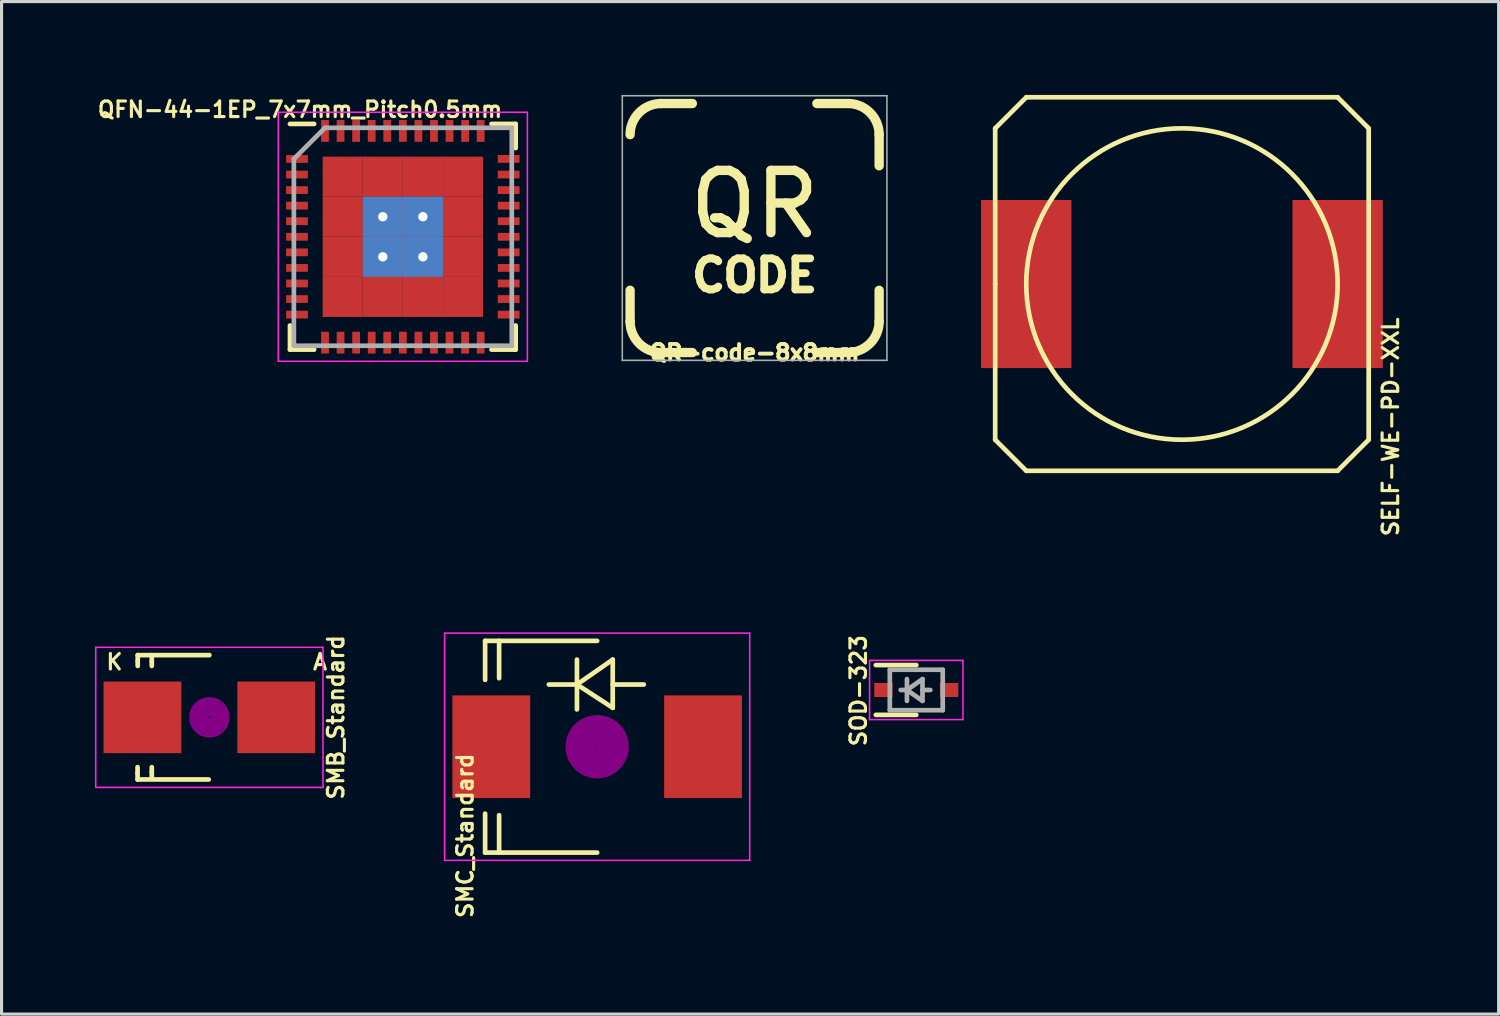
<source format=kicad_pcb>
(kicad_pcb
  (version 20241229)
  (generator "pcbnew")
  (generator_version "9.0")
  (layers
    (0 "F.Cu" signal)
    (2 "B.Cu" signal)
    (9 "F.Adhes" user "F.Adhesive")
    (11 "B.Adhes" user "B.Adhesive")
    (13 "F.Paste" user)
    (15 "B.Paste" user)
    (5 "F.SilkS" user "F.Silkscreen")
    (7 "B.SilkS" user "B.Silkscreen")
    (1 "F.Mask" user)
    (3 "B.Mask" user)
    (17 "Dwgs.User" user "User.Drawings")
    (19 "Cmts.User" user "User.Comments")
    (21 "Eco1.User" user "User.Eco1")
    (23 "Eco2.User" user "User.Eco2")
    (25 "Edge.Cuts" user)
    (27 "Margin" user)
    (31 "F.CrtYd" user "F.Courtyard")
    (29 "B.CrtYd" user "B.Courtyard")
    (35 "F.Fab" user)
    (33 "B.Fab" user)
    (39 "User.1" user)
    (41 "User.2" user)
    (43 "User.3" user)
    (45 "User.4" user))
  (footprint "SMC_Standard"
    (layer "F.Cu")
    (at 16.132 20.937)
    (property "Reference" "SMC_Standard" (at -4.242 2.858 90) (layer "F.SilkS") (effects (font (size 0.5 0.5) (thickness 0.1))))
    (attr smd)
    (fp_line (start -3.599 -3.401) (end -3.599 -2.149) (stroke (width 0.15) (type solid)) (layer "F.SilkS"))
    (fp_line (start -3.599 -3.401) (end 0.000116 -3.401) (stroke (width 0.15) (type solid)) (layer "F.SilkS"))
    (fp_line (start -3.599 3.401) (end -3.599 2.149) (stroke (width 0.15) (type solid)) (layer "F.SilkS"))
    (fp_line (start -3.599 3.401) (end 0.000061 3.401) (stroke (width 0.15) (type solid)) (layer "F.SilkS"))
    (fp_line (start -3.149 -3.401) (end -3.149 -2.2) (stroke (width 0.15) (type solid)) (layer "F.SilkS"))
    (fp_line (start -3.149 3.401) (end -3.149 2.2) (stroke (width 0.15) (type solid)) (layer "F.SilkS"))
    (fp_line (start -0.649 -2.799) (end -0.649 -1.199) (stroke (width 0.15) (type solid)) (layer "F.SilkS"))
    (fp_line (start -0.649 -1.999) (end -1.551 -1.999) (stroke (width 0.15) (type solid)) (layer "F.SilkS"))
    (fp_line (start -0.649 -1.999) (end 0.501 -2.799) (stroke (width 0.15) (type solid)) (layer "F.SilkS"))
    (fp_line (start -0.649 -1.999) (end 0.501 -1.25) (stroke (width 0.15) (type solid)) (layer "F.SilkS"))
    (fp_line (start 0.501 -1.999) (end 1.499 -1.999) (stroke (width 0.15) (type solid)) (layer "F.SilkS"))
    (fp_line (start 0.501 -1.25) (end 0.501 -2.799) (stroke (width 0.15) (type solid)) (layer "F.SilkS"))
    (fp_circle (center 0 0) (end 0.15 0.15) (stroke (width 0.381) (type solid)) (fill no) (layer "F.Adhes"))
    (fp_circle (center 0 0) (end 0.45 0.201) (stroke (width 0.381) (type solid)) (fill no) (layer "F.Adhes"))
    (fp_circle (center 0 0) (end 0.749 0.351) (stroke (width 0.381) (type solid)) (fill no) (layer "F.Adhes"))
    (fp_line (start -4.9 -3.65) (end 4.9 -3.65) (stroke (width 0.05) (type solid)) (layer "F.CrtYd"))
    (fp_line (start -4.9 3.65) (end -4.9 -3.65) (stroke (width 0.05) (type solid)) (layer "F.CrtYd"))
    (fp_line (start 4.9 -3.65) (end 4.9 3.65) (stroke (width 0.05) (type solid)) (layer "F.CrtYd"))
    (fp_line (start 4.9 3.65) (end -4.9 3.65) (stroke (width 0.05) (type solid)) (layer "F.CrtYd"))
    (pad "1" smd rect (at -3.401 0 90) (size 3.299 2.499) (layers "F.Cu" "F.Mask" "F.Paste"))
    (pad "2" smd rect (at 3.401 0 90) (size 3.299 2.499) (layers "F.Cu" "F.Mask" "F.Paste")))
  (footprint "SMB_Standard"
    (layer "F.Cu")
    (at 3.675 19.993)
    (property "Reference" "SMB_Standard" (at 4.064 0 90) (layer "F.SilkS") (effects (font (size 0.5 0.5) (thickness 0.1))))
    (attr smd)
    (fp_line (start -2.306 1.8) (end -2.306 1.6) (stroke (width 0.15) (type solid)) (layer "F.SilkS"))
    (fp_line (start -2.306 1.996) (end -2.306 1.798) (stroke (width 0.15) (type solid)) (layer "F.SilkS"))
    (fp_line (start -2.306 1.996) (end -0.02 1.996) (stroke (width 0.15) (type solid)) (layer "F.SilkS"))
    (fp_line (start -2.301 -1.999) (end -2.301 -1.801) (stroke (width 0.15) (type solid)) (layer "F.SilkS"))
    (fp_line (start -2.301 -1.999) (end 0.000078 -1.999) (stroke (width 0.15) (type solid)) (layer "F.SilkS"))
    (fp_line (start -2.301 -1.8) (end -2.301 -1.651) (stroke (width 0.15) (type solid)) (layer "F.SilkS"))
    (fp_line (start -1.849 -1.999) (end -1.849 -1.801) (stroke (width 0.15) (type solid)) (layer "F.SilkS"))
    (fp_line (start -1.849 -1.8) (end -1.849 -1.651) (stroke (width 0.15) (type solid)) (layer "F.SilkS"))
    (fp_line (start -1.849 1.75) (end -1.849 1.601) (stroke (width 0.15) (type solid)) (layer "F.SilkS"))
    (fp_line (start -1.849 1.949) (end -1.849 1.751) (stroke (width 0.15) (type solid)) (layer "F.SilkS"))
    (fp_circle (center 0 0) (end 0.201 0.099) (stroke (width 0.381) (type solid)) (fill no) (layer "F.Adhes"))
    (fp_circle (center 0 0) (end 0.45 0.099) (stroke (width 0.381) (type solid)) (fill no) (layer "F.Adhes"))
    (fp_line (start -3.65 -2.25) (end 3.65 -2.25) (stroke (width 0.05) (type solid)) (layer "F.CrtYd"))
    (fp_line (start -3.65 2.25) (end -3.65 -2.25) (stroke (width 0.05) (type solid)) (layer "F.CrtYd"))
    (fp_line (start 3.65 -2.25) (end 3.65 2.25) (stroke (width 0.05) (type solid)) (layer "F.CrtYd"))
    (fp_line (start 3.65 2.25) (end -3.65 2.25) (stroke (width 0.05) (type solid)) (layer "F.CrtYd"))
    (fp_text user "A" (at 3.556 -1.778 0) (layer "F.SilkS") (effects (font (size 0.5 0.5) (thickness 0.1))))
    (fp_text user "K" (at -3.048 -1.778 0) (layer "F.SilkS") (effects (font (size 0.5 0.5) (thickness 0.1))))
    (pad "1" smd rect (at -2.149 0) (size 2.499 2.301) (layers "F.Cu" "F.Mask" "F.Paste"))
    (pad "2" smd rect (at 2.149 0) (size 2.499 2.301) (layers "F.Cu" "F.Mask" "F.Paste")))
  (footprint "SELF-WE-PD-XXL"
    (layer "F.Cu")
    (at 34.917 6.074)
    (property "Reference" "SELF-WE-PD-XXL" (at 6.704 4.588 90) (layer "F.SilkS") (effects (font (size 0.5 0.5) (thickness 0.1))))
    (attr smd)
    (fp_line (start -5.999 -5.001) (end -5.001 -5.999) (stroke (width 0.15) (type solid)) (layer "F.SilkS"))
    (fp_line (start -5.999 0) (end -5.999 -5.001) (stroke (width 0.15) (type solid)) (layer "F.SilkS"))
    (fp_line (start -5.999 5.001) (end -5.999 0) (stroke (width 0.15) (type solid)) (layer "F.SilkS"))
    (fp_line (start -5.001 -5.999) (end 5.001 -5.999) (stroke (width 0.15) (type solid)) (layer "F.SilkS"))
    (fp_line (start -5.001 5.999) (end -5.999 5.001) (stroke (width 0.15) (type solid)) (layer "F.SilkS"))
    (fp_line (start 5.001 -5.999) (end 5.999 -5.001) (stroke (width 0.15) (type solid)) (layer "F.SilkS"))
    (fp_line (start 5.001 5.999) (end -5.001 5.999) (stroke (width 0.15) (type solid)) (layer "F.SilkS"))
    (fp_line (start 5.999 -5.001) (end 5.999 5.001) (stroke (width 0.15) (type solid)) (layer "F.SilkS"))
    (fp_line (start 5.999 5.001) (end 5.001 5.999) (stroke (width 0.15) (type solid)) (layer "F.SilkS"))
    (fp_circle (center 0 0) (end 0 -5.001) (stroke (width 0.15) (type solid)) (fill no) (layer "F.SilkS"))
    (fp_text user "" (at 0 0 0) (layer "F.SilkS") (effects (font (size 1 1) (thickness 0.15))))
    (pad "1" smd rect (at -5.001 0) (size 2.901 5.4) (layers "F.Cu" "F.Mask" "F.Paste"))
    (pad "2" smd rect (at 5.001 0) (size 2.901 5.4) (layers "F.Cu" "F.Mask" "F.Paste")))
  (footprint "QFN-44-1EP_7x7mm_Pitch0.5mm"
    (layer "F.Cu")
    (at 9.89 4.556)
    (property "Reference" "QFN-44-1EP_7x7mm_Pitch0.5mm" (at -3.302 -4.088 0) (layer "F.SilkS") (effects (font (size 0.5 0.5) (thickness 0.1))))
    (attr smd)
    (fp_line (start -3.625 -3.625) (end -2.85 -3.625) (stroke (width 0.15) (type solid)) (layer "F.SilkS"))
    (fp_line (start -3.625 3.625) (end -3.625 2.85) (stroke (width 0.15) (type solid)) (layer "F.SilkS"))
    (fp_line (start -3.625 3.625) (end -2.85 3.625) (stroke (width 0.15) (type solid)) (layer "F.SilkS"))
    (fp_line (start 3.625 -3.625) (end 2.85 -3.625) (stroke (width 0.15) (type solid)) (layer "F.SilkS"))
    (fp_line (start 3.625 -3.625) (end 3.625 -2.85) (stroke (width 0.15) (type solid)) (layer "F.SilkS"))
    (fp_line (start 3.625 3.625) (end 2.85 3.625) (stroke (width 0.15) (type solid)) (layer "F.SilkS"))
    (fp_line (start 3.625 3.625) (end 3.625 2.85) (stroke (width 0.15) (type solid)) (layer "F.SilkS"))
    (fp_line (start -4 -4) (end -4 4) (stroke (width 0.05) (type solid)) (layer "F.CrtYd"))
    (fp_line (start -4 -4) (end 4 -4) (stroke (width 0.05) (type solid)) (layer "F.CrtYd"))
    (fp_line (start -4 4) (end 4 4) (stroke (width 0.05) (type solid)) (layer "F.CrtYd"))
    (fp_line (start 4 -4) (end 4 4) (stroke (width 0.05) (type solid)) (layer "F.CrtYd"))
    (fp_line (start -3.5 -2.5) (end -2.5 -3.5) (stroke (width 0.15) (type solid)) (layer "F.Fab"))
    (fp_line (start -3.5 3.5) (end -3.5 -2.5) (stroke (width 0.15) (type solid)) (layer "F.Fab"))
    (fp_line (start -2.5 -3.5) (end 3.5 -3.5) (stroke (width 0.15) (type solid)) (layer "F.Fab"))
    (fp_line (start 3.5 -3.5) (end 3.5 3.5) (stroke (width 0.15) (type solid)) (layer "F.Fab"))
    (fp_line (start 3.5 3.5) (end -3.5 3.5) (stroke (width 0.15) (type solid)) (layer "F.Fab"))
    (pad "1" smd rect (at -3.4 -2.5) (size 0.7 0.25) (layers "F.Cu" "F.Mask" "F.Paste"))
    (pad "2" smd rect (at -3.4 -2) (size 0.7 0.25) (layers "F.Cu" "F.Mask" "F.Paste"))
    (pad "3" smd rect (at -3.4 -1.5) (size 0.7 0.25) (layers "F.Cu" "F.Mask" "F.Paste"))
    (pad "4" smd rect (at -3.4 -1) (size 0.7 0.25) (layers "F.Cu" "F.Mask" "F.Paste"))
    (pad "5" smd rect (at -3.4 -0.5) (size 0.7 0.25) (layers "F.Cu" "F.Mask" "F.Paste"))
    (pad "6" smd rect (at -3.4 0) (size 0.7 0.25) (layers "F.Cu" "F.Mask" "F.Paste"))
    (pad "7" smd rect (at -3.4 0.5) (size 0.7 0.25) (layers "F.Cu" "F.Mask" "F.Paste"))
    (pad "8" smd rect (at -3.4 1) (size 0.7 0.25) (layers "F.Cu" "F.Mask" "F.Paste"))
    (pad "9" smd rect (at -3.4 1.5) (size 0.7 0.25) (layers "F.Cu" "F.Mask" "F.Paste"))
    (pad "10" smd rect (at -3.4 2) (size 0.7 0.25) (layers "F.Cu" "F.Mask" "F.Paste"))
    (pad "11" smd rect (at -3.4 2.5) (size 0.7 0.25) (layers "F.Cu" "F.Mask" "F.Paste"))
    (pad "12" smd rect (at -2.5 3.4 90) (size 0.7 0.25) (layers "F.Cu" "F.Mask" "F.Paste"))
    (pad "13" smd rect (at -2 3.4 90) (size 0.7 0.25) (layers "F.Cu" "F.Mask" "F.Paste"))
    (pad "14" smd rect (at -1.5 3.4 90) (size 0.7 0.25) (layers "F.Cu" "F.Mask" "F.Paste"))
    (pad "15" smd rect (at -1.931 -1.931) (size 1.288 1.288) (layers "F.Cu" "F.Mask" "F.Paste"))
    (pad "15" smd rect (at -1.931 -0.644) (size 1.288 1.288) (layers "F.Cu" "F.Mask" "F.Paste"))
    (pad "15" smd rect (at -1.931 0.644) (size 1.288 1.288) (layers "F.Cu" "F.Mask" "F.Paste"))
    (pad "15" smd rect (at -1.931 1.931) (size 1.288 1.288) (layers "F.Cu" "F.Mask" "F.Paste"))
    (pad "15" smd rect (at -1 3.4 90) (size 0.7 0.25) (layers "F.Cu" "F.Mask" "F.Paste"))
    (pad "15" smd rect (at -0.644 -1.931) (size 1.288 1.288) (layers "F.Cu" "F.Mask" "F.Paste"))
    (pad "15" thru_hole rect (at -0.644 -0.644) (size 1.288 1.288) (drill 0.3) (layers "*.Cu" "F.Mask" "F.Paste"))
    (pad "15" thru_hole rect (at -0.644 0.644) (size 1.288 1.288) (drill 0.3) (layers "*.Cu" "F.Mask" "F.Paste"))
    (pad "15" smd rect (at -0.644 1.931) (size 1.288 1.288) (layers "F.Cu" "F.Mask" "F.Paste"))
    (pad "15" smd rect (at 0.644 -1.931) (size 1.288 1.288) (layers "F.Cu" "F.Mask" "F.Paste"))
    (pad "15" thru_hole rect (at 0.644 -0.644) (size 1.288 1.288) (drill 0.3) (layers "*.Cu" "F.Mask" "F.Paste"))
    (pad "15" thru_hole rect (at 0.644 0.644) (size 1.288 1.288) (drill 0.3) (layers "*.Cu" "F.Mask" "F.Paste"))
    (pad "15" smd rect (at 0.644 1.931) (size 1.288 1.288) (layers "F.Cu" "F.Mask" "F.Paste"))
    (pad "15" smd rect (at 1.931 -0.644) (size 1.288 1.288) (layers "F.Cu" "F.Mask" "F.Paste"))
    (pad "15" smd rect (at 1.931 0.644) (size 1.288 1.288) (layers "F.Cu" "F.Mask" "F.Paste"))
    (pad "15" smd rect (at 1.931 1.931) (size 1.288 1.288) (layers "F.Cu" "F.Mask" "F.Paste"))
    (pad "16" smd rect (at -0.5 3.4 90) (size 0.7 0.25) (layers "F.Cu" "F.Mask" "F.Paste"))
    (pad "17" smd rect (at 0 3.4 90) (size 0.7 0.25) (layers "F.Cu" "F.Mask" "F.Paste"))
    (pad "18" smd rect (at 0.5 3.4 90) (size 0.7 0.25) (layers "F.Cu" "F.Mask" "F.Paste"))
    (pad "19" smd rect (at 1 3.4 90) (size 0.7 0.25) (layers "F.Cu" "F.Mask" "F.Paste"))
    (pad "20" smd rect (at 1.5 3.4 90) (size 0.7 0.25) (layers "F.Cu" "F.Mask" "F.Paste"))
    (pad "21" smd rect (at 2 3.4 90) (size 0.7 0.25) (layers "F.Cu" "F.Mask" "F.Paste"))
    (pad "22" smd rect (at 2.5 3.4 90) (size 0.7 0.25) (layers "F.Cu" "F.Mask" "F.Paste"))
    (pad "23" smd rect (at 3.4 2.5) (size 0.7 0.25) (layers "F.Cu" "F.Mask" "F.Paste"))
    (pad "24" smd rect (at 3.4 2) (size 0.7 0.25) (layers "F.Cu" "F.Mask" "F.Paste"))
    (pad "25" smd rect (at 3.4 1.5) (size 0.7 0.25) (layers "F.Cu" "F.Mask" "F.Paste"))
    (pad "26" smd rect (at 3.4 1) (size 0.7 0.25) (layers "F.Cu" "F.Mask" "F.Paste"))
    (pad "27" smd rect (at 3.4 0.5) (size 0.7 0.25) (layers "F.Cu" "F.Mask" "F.Paste"))
    (pad "28" smd rect (at 3.4 0) (size 0.7 0.25) (layers "F.Cu" "F.Mask" "F.Paste"))
    (pad "29" smd rect (at 3.4 -0.5) (size 0.7 0.25) (layers "F.Cu" "F.Mask" "F.Paste"))
    (pad "30" smd rect (at 3.4 -1) (size 0.7 0.25) (layers "F.Cu" "F.Mask" "F.Paste"))
    (pad "31" smd rect (at 3.4 -1.5) (size 0.7 0.25) (layers "F.Cu" "F.Mask" "F.Paste"))
    (pad "32" smd rect (at 3.4 -2) (size 0.7 0.25) (layers "F.Cu" "F.Mask" "F.Paste"))
    (pad "33" smd rect (at 3.4 -2.5) (size 0.7 0.25) (layers "F.Cu" "F.Mask" "F.Paste"))
    (pad "34" smd rect (at 2.5 -3.4 90) (size 0.7 0.25) (layers "F.Cu" "F.Mask" "F.Paste"))
    (pad "35" smd rect (at 1.931 -1.931) (size 1.288 1.288) (layers "F.Cu" "F.Mask" "F.Paste"))
    (pad "35" smd rect (at 2 -3.4 90) (size 0.7 0.25) (layers "F.Cu" "F.Mask" "F.Paste"))
    (pad "36" smd rect (at 1.5 -3.4 90) (size 0.7 0.25) (layers "F.Cu" "F.Mask" "F.Paste"))
    (pad "37" smd rect (at 1 -3.4 90) (size 0.7 0.25) (layers "F.Cu" "F.Mask" "F.Paste"))
    (pad "38" smd rect (at 0.5 -3.4 90) (size 0.7 0.25) (layers "F.Cu" "F.Mask" "F.Paste"))
    (pad "39" smd rect (at 0 -3.4 90) (size 0.7 0.25) (layers "F.Cu" "F.Mask" "F.Paste"))
    (pad "40" smd rect (at -0.5 -3.4 90) (size 0.7 0.25) (layers "F.Cu" "F.Mask" "F.Paste"))
    (pad "41" smd rect (at -1 -3.4 90) (size 0.7 0.25) (layers "F.Cu" "F.Mask" "F.Paste"))
    (pad "42" smd rect (at -1.5 -3.4 90) (size 0.7 0.25) (layers "F.Cu" "F.Mask" "F.Paste"))
    (pad "43" smd rect (at -2 -3.4 90) (size 0.7 0.25) (layers "F.Cu" "F.Mask" "F.Paste"))
    (pad "44" smd rect (at -2.5 -3.4 90) (size 0.7 0.25) (layers "F.Cu" "F.Mask" "F.Paste")))
  (footprint "QR-code-8x8mm"
    (layer "F.Cu")
    (at 21.19 4.275)
    (property "Reference" "QR-code-8x8mm" (at 0 4 0) (layer "F.SilkS") (effects (font (size 0.5 0.5) (thickness 0.125))))
    (attr exclude_from_pos_files exclude_from_bom)
    (fp_line (start -4 3) (end -4 2) (stroke (width 0.3) (type solid)) (layer "F.SilkS"))
    (fp_line (start -3 -4) (end -2 -4) (stroke (width 0.3) (type solid)) (layer "F.SilkS"))
    (fp_line (start -3 4) (end -2 4) (stroke (width 0.3) (type solid)) (layer "F.SilkS"))
    (fp_line (start 2 -4) (end 3 -4) (stroke (width 0.3) (type solid)) (layer "F.SilkS"))
    (fp_line (start 3 4) (end 2 4) (stroke (width 0.3) (type solid)) (layer "F.SilkS"))
    (fp_line (start 4 -3) (end 4 -2) (stroke (width 0.3) (type solid)) (layer "F.SilkS"))
    (fp_line (start 4 3) (end 4 2) (stroke (width 0.3) (type solid)) (layer "F.SilkS"))
    (fp_arc (start -4 -3) (mid -3.707107 -3.707107) (end -3 -4) (stroke (width 0.3) (type solid)) (layer "F.SilkS"))
    (fp_arc (start -3 4) (mid -3.707107 3.707107) (end -4 3) (stroke (width 0.3) (type solid)) (layer "F.SilkS"))
    (fp_arc (start 3 -4) (mid 3.707107 -3.707107) (end 4 -3) (stroke (width 0.3) (type solid)) (layer "F.SilkS"))
    (fp_arc (start 4 3) (mid 3.707107 3.707107) (end 3 4) (stroke (width 0.3) (type solid)) (layer "F.SilkS"))
    (fp_line (start -4.25 -4.25) (end 4.25 -4.25) (stroke (width 0.05) (type solid)) (layer "F.Fab"))
    (fp_line (start -4.25 4.25) (end -4.25 -4.25) (stroke (width 0.05) (type solid)) (layer "F.Fab"))
    (fp_line (start 4.25 -4.25) (end 4.25 4.25) (stroke (width 0.05) (type solid)) (layer "F.Fab"))
    (fp_line (start 4.25 4.25) (end -4.25 4.25) (stroke (width 0.05) (type solid)) (layer "F.Fab"))
    (fp_text user "QR" (at 0 -0.762 0) (layer "F.SilkS") (effects (font (size 2 2) (thickness 0.3))))
    (fp_text user "CODE" (at 0 1.524 0) (layer "F.SilkS") (effects (font (size 1 1) (thickness 0.25)))))
  (footprint "SOD-323"
    (layer "F.Cu")
    (at 26.383 19.114)
    (property "Reference" "SOD-323" (at -1.858 0.022 90) (layer "F.SilkS") (effects (font (size 0.5 0.5) (thickness 0.1))))
    (attr smd)
    (fp_line (start -1.3 -0.8) (end 0.001 -0.8) (stroke (width 0.15) (type solid)) (layer "F.SilkS"))
    (fp_line (start -1.3 0.8) (end 0.000153 0.8) (stroke (width 0.15) (type solid)) (layer "F.SilkS"))
    (fp_line (start -1.5 -0.95) (end -1.5 0.95) (stroke (width 0.05) (type solid)) (layer "F.CrtYd"))
    (fp_line (start -1.5 -0.95) (end 1.5 -0.95) (stroke (width 0.05) (type solid)) (layer "F.CrtYd"))
    (fp_line (start -1.5 0.95) (end 1.5 0.95) (stroke (width 0.05) (type solid)) (layer "F.CrtYd"))
    (fp_line (start 1.5 -0.95) (end 1.5 0.95) (stroke (width 0.05) (type solid)) (layer "F.CrtYd"))
    (fp_line (start -0.85 -0.65) (end 0.85 -0.65) (stroke (width 0.15) (type solid)) (layer "F.Fab"))
    (fp_line (start -0.85 0.65) (end -0.85 -0.65) (stroke (width 0.15) (type solid)) (layer "F.Fab"))
    (fp_line (start -0.3 -0.35) (end -0.3 0.35) (stroke (width 0.15) (type solid)) (layer "F.Fab"))
    (fp_line (start -0.3 0) (end -0.5 0) (stroke (width 0.15) (type solid)) (layer "F.Fab"))
    (fp_line (start -0.3 0) (end 0.2 -0.35) (stroke (width 0.15) (type solid)) (layer "F.Fab"))
    (fp_line (start 0.2 -0.35) (end 0.2 0.35) (stroke (width 0.15) (type solid)) (layer "F.Fab"))
    (fp_line (start 0.2 0) (end 0.45 0) (stroke (width 0.15) (type solid)) (layer "F.Fab"))
    (fp_line (start 0.2 0.35) (end -0.3 0) (stroke (width 0.15) (type solid)) (layer "F.Fab"))
    (fp_line (start 0.85 -0.65) (end 0.85 0.65) (stroke (width 0.15) (type solid)) (layer "F.Fab"))
    (fp_line (start 0.85 0.65) (end -0.85 0.65) (stroke (width 0.15) (type solid)) (layer "F.Fab"))
    (pad "1" smd rect (at -1.055 0) (size 0.59 0.45) (layers "F.Cu" "F.Mask" "F.Paste"))
    (pad "2" smd rect (at 1.055 0) (size 0.59 0.45) (layers "F.Cu" "F.Mask" "F.Paste")))
  (gr_rect
    (start -3 -3)
    (end 45.089 29.526)
    (stroke (width 0.1) (type default))
    (fill no)
    (layer "Edge.Cuts")))
</source>
